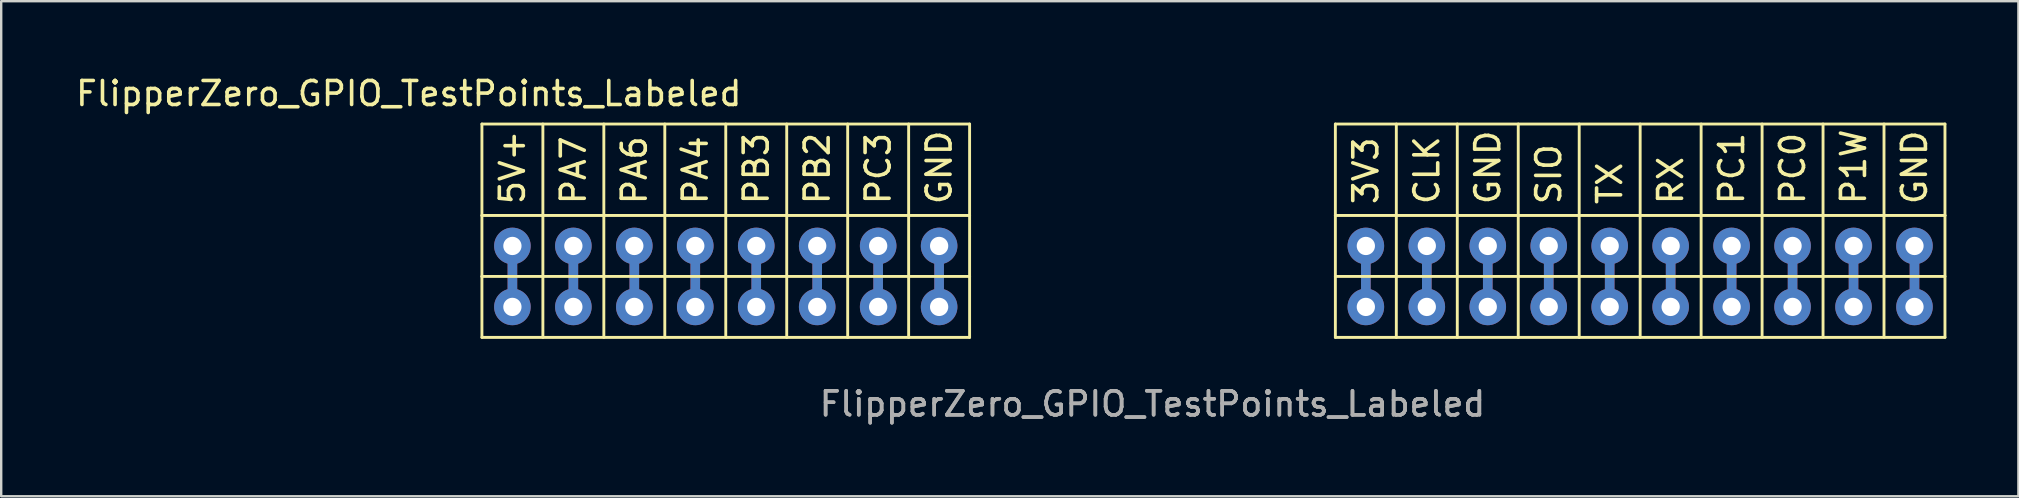
<source format=kicad_pcb>
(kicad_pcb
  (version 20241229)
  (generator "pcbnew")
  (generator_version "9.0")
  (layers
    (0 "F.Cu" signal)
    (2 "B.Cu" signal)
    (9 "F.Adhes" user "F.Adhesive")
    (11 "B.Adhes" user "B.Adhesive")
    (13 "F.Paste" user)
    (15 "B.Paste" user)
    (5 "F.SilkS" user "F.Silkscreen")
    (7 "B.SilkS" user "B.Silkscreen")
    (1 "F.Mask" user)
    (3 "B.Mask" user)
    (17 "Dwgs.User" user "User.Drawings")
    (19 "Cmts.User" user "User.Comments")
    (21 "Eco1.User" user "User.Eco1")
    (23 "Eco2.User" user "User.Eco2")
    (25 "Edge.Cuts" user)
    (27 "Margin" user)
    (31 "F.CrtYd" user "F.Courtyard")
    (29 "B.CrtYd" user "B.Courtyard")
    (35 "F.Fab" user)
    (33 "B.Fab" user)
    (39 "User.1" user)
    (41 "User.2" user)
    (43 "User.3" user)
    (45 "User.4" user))
  (footprint "FlipperZero_GPIO_TestPoints_Labeled"
    (layer "F.Cu")
    (at 17.03 2.118)
    (property "Reference" "FlipperZero_GPIO_TestPoints_Labeled" (at -3.048 -1.27 0) (unlocked yes) (layer "F.SilkS") (effects (font (size 1 1) (thickness 0.15))))
    (attr through_hole)
    (fp_line (start 1.27 5.08) (end 1.27 7.62) (stroke (width 0.4) (type solid)) (layer "F.Cu"))
    (fp_line (start 1.27 7.62) (end 1.27 7.62) (stroke (width 0.4) (type solid)) (layer "F.Cu"))
    (fp_line (start 3.81 5.08) (end 3.81 7.62) (stroke (width 0.4) (type solid)) (layer "F.Cu"))
    (fp_line (start 6.35 5.08) (end 6.35 7.62) (stroke (width 0.4) (type solid)) (layer "F.Cu"))
    (fp_line (start 8.89 5.08) (end 8.89 7.62) (stroke (width 0.4) (type solid)) (layer "F.Cu"))
    (fp_line (start 11.43 5.08) (end 11.43 7.62) (stroke (width 0.4) (type solid)) (layer "F.Cu"))
    (fp_line (start 13.97 5.08) (end 13.97 7.62) (stroke (width 0.4) (type solid)) (layer "F.Cu"))
    (fp_line (start 16.51 5.08) (end 16.51 7.62) (stroke (width 0.4) (type solid)) (layer "F.Cu"))
    (fp_line (start 19.05 5.08) (end 19.05 7.62) (stroke (width 0.4) (type solid)) (layer "F.Cu"))
    (fp_line (start 36.83 5.08) (end 36.83 7.62) (stroke (width 0.4) (type solid)) (layer "F.Cu"))
    (fp_line (start 39.37 5.08) (end 39.37 7.62) (stroke (width 0.4) (type solid)) (layer "F.Cu"))
    (fp_line (start 41.91 5.08) (end 41.91 7.62) (stroke (width 0.4) (type solid)) (layer "F.Cu"))
    (fp_line (start 44.45 5.08) (end 44.45 7.62) (stroke (width 0.4) (type solid)) (layer "F.Cu"))
    (fp_line (start 46.99 5.08) (end 46.99 7.62) (stroke (width 0.4) (type solid)) (layer "F.Cu"))
    (fp_line (start 49.53 5.08) (end 49.53 7.62) (stroke (width 0.4) (type solid)) (layer "F.Cu"))
    (fp_line (start 52.07 5.08) (end 52.07 7.62) (stroke (width 0.4) (type solid)) (layer "F.Cu"))
    (fp_line (start 54.61 5.08) (end 54.61 7.62) (stroke (width 0.4) (type solid)) (layer "F.Cu"))
    (fp_line (start 57.15 5.08) (end 57.15 7.62) (stroke (width 0.4) (type solid)) (layer "F.Cu"))
    (fp_line (start 59.69 5.08) (end 59.69 7.62) (stroke (width 0.4) (type solid)) (layer "F.Cu"))
    (fp_line (start 1.27 5.08) (end 1.27 7.62) (stroke (width 0.4) (type solid)) (layer "B.Cu"))
    (fp_line (start 3.81 5.08) (end 3.81 7.62) (stroke (width 0.4) (type solid)) (layer "B.Cu"))
    (fp_line (start 6.35 5.08) (end 6.35 7.62) (stroke (width 0.4) (type solid)) (layer "B.Cu"))
    (fp_line (start 8.89 5.08) (end 8.89 7.62) (stroke (width 0.4) (type solid)) (layer "B.Cu"))
    (fp_line (start 11.43 5.08) (end 11.43 7.62) (stroke (width 0.4) (type solid)) (layer "B.Cu"))
    (fp_line (start 13.97 5.08) (end 13.97 7.62) (stroke (width 0.4) (type solid)) (layer "B.Cu"))
    (fp_line (start 16.51 5.08) (end 16.51 7.62) (stroke (width 0.4) (type solid)) (layer "B.Cu"))
    (fp_line (start 19.05 5.08) (end 19.05 7.62) (stroke (width 0.4) (type solid)) (layer "B.Cu"))
    (fp_line (start 36.83 5.08) (end 36.83 7.62) (stroke (width 0.4) (type solid)) (layer "B.Cu"))
    (fp_line (start 39.37 5.08) (end 39.37 7.62) (stroke (width 0.4) (type solid)) (layer "B.Cu"))
    (fp_line (start 41.91 5.08) (end 41.91 7.62) (stroke (width 0.4) (type solid)) (layer "B.Cu"))
    (fp_line (start 44.45 5.08) (end 44.45 7.62) (stroke (width 0.4) (type solid)) (layer "B.Cu"))
    (fp_line (start 46.99 5.08) (end 46.99 7.62) (stroke (width 0.4) (type solid)) (layer "B.Cu"))
    (fp_line (start 49.53 5.08) (end 49.53 7.62) (stroke (width 0.4) (type solid)) (layer "B.Cu"))
    (fp_line (start 52.07 5.08) (end 52.07 7.62) (stroke (width 0.4) (type solid)) (layer "B.Cu"))
    (fp_line (start 54.61 5.08) (end 54.61 7.62) (stroke (width 0.4) (type solid)) (layer "B.Cu"))
    (fp_line (start 57.15 5.08) (end 57.15 7.62) (stroke (width 0.4) (type solid)) (layer "B.Cu"))
    (fp_line (start 59.69 5.08) (end 59.69 7.62) (stroke (width 0.4) (type solid)) (layer "B.Cu"))
    (fp_line (start 0 0) (end 0 3.81) (stroke (width 0.12) (type solid)) (layer "F.SilkS"))
    (fp_line (start 0 3.81) (end 20.32 3.81) (stroke (width 0.12) (type solid)) (layer "F.SilkS"))
    (fp_line (start 0 6.35) (end 0 3.81) (stroke (width 0.12) (type solid)) (layer "F.SilkS"))
    (fp_line (start 0 6.35) (end 20.32 6.35) (stroke (width 0.12) (type solid)) (layer "F.SilkS"))
    (fp_line (start 0 8.89) (end 0 6.35) (stroke (width 0.12) (type solid)) (layer "F.SilkS"))
    (fp_line (start 2.54 0) (end 2.54 8.89) (stroke (width 0.12) (type solid)) (layer "F.SilkS"))
    (fp_line (start 5.08 0) (end 5.08 8.89) (stroke (width 0.12) (type solid)) (layer "F.SilkS"))
    (fp_line (start 7.62 0) (end 7.62 8.89) (stroke (width 0.12) (type solid)) (layer "F.SilkS"))
    (fp_line (start 10.16 0) (end 10.16 8.89) (stroke (width 0.12) (type solid)) (layer "F.SilkS"))
    (fp_line (start 12.7 0) (end 12.7 8.89) (stroke (width 0.12) (type solid)) (layer "F.SilkS"))
    (fp_line (start 15.24 0) (end 15.24 8.89) (stroke (width 0.12) (type solid)) (layer "F.SilkS"))
    (fp_line (start 17.78 0) (end 17.78 8.89) (stroke (width 0.12) (type solid)) (layer "F.SilkS"))
    (fp_line (start 20.32 0) (end 0 0) (stroke (width 0.12) (type solid)) (layer "F.SilkS"))
    (fp_line (start 20.32 3.81) (end 20.32 0) (stroke (width 0.12) (type solid)) (layer "F.SilkS"))
    (fp_line (start 20.32 3.81) (end 20.32 6.35) (stroke (width 0.12) (type solid)) (layer "F.SilkS"))
    (fp_line (start 20.32 6.35) (end 20.32 8.89) (stroke (width 0.12) (type solid)) (layer "F.SilkS"))
    (fp_line (start 20.32 8.89) (end 0 8.89) (stroke (width 0.12) (type solid)) (layer "F.SilkS"))
    (fp_line (start 35.56 0) (end 60.96 0) (stroke (width 0.12) (type solid)) (layer "F.SilkS"))
    (fp_line (start 35.56 3.81) (end 35.56 0) (stroke (width 0.12) (type solid)) (layer "F.SilkS"))
    (fp_line (start 35.56 3.81) (end 35.56 8.89) (stroke (width 0.12) (type solid)) (layer "F.SilkS"))
    (fp_line (start 35.56 6.35) (end 60.96 6.35) (stroke (width 0.12) (type solid)) (layer "F.SilkS"))
    (fp_line (start 35.56 8.89) (end 60.96 8.89) (stroke (width 0.12) (type solid)) (layer "F.SilkS"))
    (fp_line (start 38.1 0) (end 38.1 8.89) (stroke (width 0.12) (type solid)) (layer "F.SilkS"))
    (fp_line (start 40.64 0) (end 40.64 8.89) (stroke (width 0.12) (type solid)) (layer "F.SilkS"))
    (fp_line (start 43.18 0) (end 43.18 8.89) (stroke (width 0.12) (type solid)) (layer "F.SilkS"))
    (fp_line (start 45.72 0) (end 45.72 8.89) (stroke (width 0.12) (type solid)) (layer "F.SilkS"))
    (fp_line (start 48.26 0) (end 48.26 8.89) (stroke (width 0.12) (type solid)) (layer "F.SilkS"))
    (fp_line (start 50.8 0) (end 50.8 8.89) (stroke (width 0.12) (type solid)) (layer "F.SilkS"))
    (fp_line (start 53.34 0) (end 53.34 8.89) (stroke (width 0.12) (type solid)) (layer "F.SilkS"))
    (fp_line (start 55.88 0) (end 55.88 8.89) (stroke (width 0.12) (type solid)) (layer "F.SilkS"))
    (fp_line (start 58.42 0) (end 58.42 8.89) (stroke (width 0.12) (type solid)) (layer "F.SilkS"))
    (fp_line (start 60.96 0) (end 60.96 3.81) (stroke (width 0.12) (type solid)) (layer "F.SilkS"))
    (fp_line (start 60.96 3.81) (end 35.56 3.81) (stroke (width 0.12) (type solid)) (layer "F.SilkS"))
    (fp_line (start 60.96 8.89) (end 60.96 3.81) (stroke (width 0.12) (type solid)) (layer "F.SilkS"))
    (fp_text user "5V+" (at 1.27 3.429 90) (unlocked yes) (layer "F.SilkS") (effects (font (size 1 1) (thickness 0.15)) (justify left)))
    (fp_text user "GND" (at 19.05 3.429 90) (unlocked yes) (layer "F.SilkS") (effects (font (size 1 1) (thickness 0.15)) (justify left)))
    (fp_text user "GND" (at 41.91 3.429 90) (unlocked yes) (layer "F.SilkS") (effects (font (size 1 1) (thickness 0.15)) (justify left)))
    (fp_text user "CLK" (at 39.37 3.429 90) (unlocked yes) (layer "F.SilkS") (effects (font (size 1 1) (thickness 0.15)) (justify left)))
    (fp_text user "PB3" (at 11.43 3.429 90) (unlocked yes) (layer "F.SilkS") (effects (font (size 1 1) (thickness 0.15)) (justify left)))
    (fp_text user "SIO" (at 44.45 3.429 90) (unlocked yes) (layer "F.SilkS") (effects (font (size 1 1) (thickness 0.15)) (justify left)))
    (fp_text user "PC1" (at 52.07 3.429 90) (unlocked yes) (layer "F.SilkS") (effects (font (size 1 1) (thickness 0.15)) (justify left)))
    (fp_text user "P1W" (at 57.15 3.429 90) (unlocked yes) (layer "F.SilkS") (effects (font (size 1 1) (thickness 0.15)) (justify left)))
    (fp_text user "PC3" (at 16.51 3.429 90) (unlocked yes) (layer "F.SilkS") (effects (font (size 1 1) (thickness 0.15)) (justify left)))
    (fp_text user "3V3" (at 36.83 3.429 90) (unlocked yes) (layer "F.SilkS") (effects (font (size 1 1) (thickness 0.15)) (justify left)))
    (fp_text user "PA4" (at 8.89 3.429 90) (unlocked yes) (layer "F.SilkS") (effects (font (size 1 1) (thickness 0.15)) (justify left)))
    (fp_text user "GND" (at 59.69 3.429 90) (unlocked yes) (layer "F.SilkS") (effects (font (size 1 1) (thickness 0.15)) (justify left)))
    (fp_text user "PA6" (at 6.35 3.429 90) (unlocked yes) (layer "F.SilkS") (effects (font (size 1 1) (thickness 0.15)) (justify left)))
    (fp_text user "TX" (at 46.99 3.429 90) (unlocked yes) (layer "F.SilkS") (effects (font (size 1 1) (thickness 0.15)) (justify left)))
    (fp_text user "PA7" (at 3.81 3.429 90) (unlocked yes) (layer "F.SilkS") (effects (font (size 1 1) (thickness 0.15)) (justify left)))
    (fp_text user "RX" (at 49.53 3.429 90) (unlocked yes) (layer "F.SilkS") (effects (font (size 1 1) (thickness 0.15)) (justify left)))
    (fp_text user "PB2" (at 13.97 3.429 90) (unlocked yes) (layer "F.SilkS") (effects (font (size 1 1) (thickness 0.15)) (justify left)))
    (fp_text user "PC0" (at 54.61 3.429 90) (unlocked yes) (layer "F.SilkS") (effects (font (size 1 1) (thickness 0.15)) (justify left)))
    (fp_text user "${REFERENCE}" (at 27.94 11.66 0) (unlocked yes) (layer "F.Fab") (effects (font (size 1 1) (thickness 0.15))))
    (fp_text user "${REFERENCE}" (at 27.94 11.66 0) (unlocked yes) (layer "F.Fab") (effects (font (size 1 1) (thickness 0.15))))
    (pad "1" thru_hole circle (at 1.27 5.08) (size 1.524 1.524) (drill 0.762) (layers "*.Cu" "*.Mask"))
    (pad "1" thru_hole circle (at 1.27 7.62) (size 1.524 1.524) (drill 0.762) (layers "*.Cu" "*.Mask"))
    (pad "2" thru_hole circle (at 3.81 5.08) (size 1.524 1.524) (drill 0.762) (layers "*.Cu" "*.Mask"))
    (pad "2" thru_hole circle (at 3.81 7.62) (size 1.524 1.524) (drill 0.762) (layers "*.Cu" "*.Mask"))
    (pad "3" thru_hole circle (at 6.35 5.08) (size 1.524 1.524) (drill 0.762) (layers "*.Cu" "*.Mask"))
    (pad "3" thru_hole circle (at 6.35 7.62) (size 1.524 1.524) (drill 0.762) (layers "*.Cu" "*.Mask"))
    (pad "4" thru_hole circle (at 8.89 5.08) (size 1.524 1.524) (drill 0.762) (layers "*.Cu" "*.Mask"))
    (pad "4" thru_hole circle (at 8.89 7.62) (size 1.524 1.524) (drill 0.762) (layers "*.Cu" "*.Mask"))
    (pad "5" thru_hole circle (at 11.43 5.08) (size 1.524 1.524) (drill 0.762) (layers "*.Cu" "*.Mask"))
    (pad "5" thru_hole circle (at 11.43 7.62) (size 1.524 1.524) (drill 0.762) (layers "*.Cu" "*.Mask"))
    (pad "6" thru_hole circle (at 13.97 5.08) (size 1.524 1.524) (drill 0.762) (layers "*.Cu" "*.Mask"))
    (pad "6" thru_hole circle (at 13.97 7.62) (size 1.524 1.524) (drill 0.762) (layers "*.Cu" "*.Mask"))
    (pad "7" thru_hole circle (at 16.51 5.08) (size 1.524 1.524) (drill 0.762) (layers "*.Cu" "*.Mask"))
    (pad "7" thru_hole circle (at 16.51 7.62) (size 1.524 1.524) (drill 0.762) (layers "*.Cu" "*.Mask"))
    (pad "8" thru_hole circle (at 19.05 5.08) (size 1.524 1.524) (drill 0.762) (layers "*.Cu" "*.Mask"))
    (pad "8" thru_hole circle (at 19.05 7.62) (size 1.524 1.524) (drill 0.762) (layers "*.Cu" "*.Mask"))
    (pad "9" thru_hole circle (at 36.83 5.08) (size 1.524 1.524) (drill 0.762) (layers "*.Cu" "*.Mask"))
    (pad "9" thru_hole circle (at 36.83 7.62) (size 1.524 1.524) (drill 0.762) (layers "*.Cu" "*.Mask"))
    (pad "10" thru_hole circle (at 39.37 5.08) (size 1.524 1.524) (drill 0.762) (layers "*.Cu" "*.Mask"))
    (pad "10" thru_hole circle (at 39.37 7.62) (size 1.524 1.524) (drill 0.762) (layers "*.Cu" "*.Mask"))
    (pad "11" thru_hole circle (at 41.91 5.08) (size 1.524 1.524) (drill 0.762) (layers "*.Cu" "*.Mask"))
    (pad "11" thru_hole circle (at 41.91 7.62) (size 1.524 1.524) (drill 0.762) (layers "*.Cu" "*.Mask"))
    (pad "12" thru_hole circle (at 44.45 5.08) (size 1.524 1.524) (drill 0.762) (layers "*.Cu" "*.Mask"))
    (pad "12" thru_hole circle (at 44.45 7.62) (size 1.524 1.524) (drill 0.762) (layers "*.Cu" "*.Mask"))
    (pad "13" thru_hole circle (at 46.99 5.08) (size 1.524 1.524) (drill 0.762) (layers "*.Cu" "*.Mask"))
    (pad "13" thru_hole circle (at 46.99 7.62) (size 1.524 1.524) (drill 0.762) (layers "*.Cu" "*.Mask"))
    (pad "14" thru_hole circle (at 49.53 5.08) (size 1.524 1.524) (drill 0.762) (layers "*.Cu" "*.Mask"))
    (pad "14" thru_hole circle (at 49.53 7.62) (size 1.524 1.524) (drill 0.762) (layers "*.Cu" "*.Mask"))
    (pad "15" thru_hole circle (at 52.07 5.08) (size 1.524 1.524) (drill 0.762) (layers "*.Cu" "*.Mask"))
    (pad "15" thru_hole circle (at 52.07 7.62) (size 1.524 1.524) (drill 0.762) (layers "*.Cu" "*.Mask"))
    (pad "16" thru_hole circle (at 54.61 5.08) (size 1.524 1.524) (drill 0.762) (layers "*.Cu" "*.Mask"))
    (pad "16" thru_hole circle (at 54.61 7.62) (size 1.524 1.524) (drill 0.762) (layers "*.Cu" "*.Mask"))
    (pad "17" thru_hole circle (at 57.15 5.08) (size 1.524 1.524) (drill 0.762) (layers "*.Cu" "*.Mask"))
    (pad "17" thru_hole circle (at 57.15 7.62) (size 1.524 1.524) (drill 0.762) (layers "*.Cu" "*.Mask"))
    (pad "18" thru_hole circle (at 59.69 5.08) (size 1.524 1.524) (drill 0.762) (layers "*.Cu" "*.Mask"))
    (pad "18" thru_hole circle (at 59.69 7.62) (size 1.524 1.524) (drill 0.762) (layers "*.Cu" "*.Mask")))
  (gr_rect
    (start -3 -3)
    (end 81.05 17.627)
    (stroke (width 0.1) (type default))
    (fill no)
    (layer "Edge.Cuts")))
</source>
